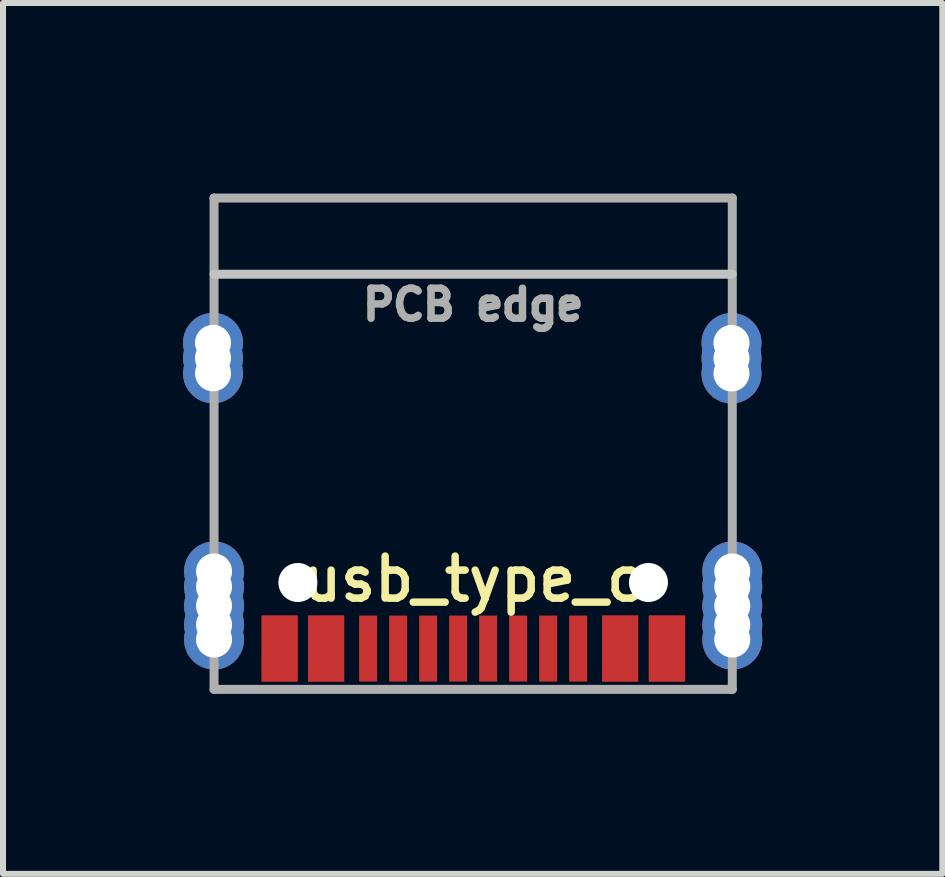
<source format=kicad_pcb>
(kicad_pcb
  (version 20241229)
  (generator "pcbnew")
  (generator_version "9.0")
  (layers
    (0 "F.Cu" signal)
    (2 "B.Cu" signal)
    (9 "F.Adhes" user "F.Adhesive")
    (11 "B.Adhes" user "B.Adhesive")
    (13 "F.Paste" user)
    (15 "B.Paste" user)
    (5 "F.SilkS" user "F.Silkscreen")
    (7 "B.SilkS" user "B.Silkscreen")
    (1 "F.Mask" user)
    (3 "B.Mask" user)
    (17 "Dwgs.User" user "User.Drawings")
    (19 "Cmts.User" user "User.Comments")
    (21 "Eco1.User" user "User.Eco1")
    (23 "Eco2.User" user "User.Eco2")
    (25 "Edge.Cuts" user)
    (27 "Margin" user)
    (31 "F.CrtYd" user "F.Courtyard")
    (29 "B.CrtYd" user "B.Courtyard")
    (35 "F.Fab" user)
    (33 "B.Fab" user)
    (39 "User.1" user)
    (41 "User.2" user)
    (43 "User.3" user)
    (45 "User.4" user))
  (footprint "usb_type_c"
    (layer "F.Cu")
    (at 4.835 0.25)
    (property "Reference" "usb_type_c" (at 0 6.35 180) (layer "F.SilkS") (effects (font (size 0.7 0.7) (thickness 0.125))))
    (attr through_hole)
    (fp_line (start 4.318 1.27) (end -4.318 1.27) (stroke (width 0.15) (type solid)) (layer "Dwgs.User"))
    (fp_line (start -4.318 0) (end -4.318 8.188) (stroke (width 0.15) (type solid)) (layer "F.Fab"))
    (fp_line (start 4.318 0) (end -4.318 0) (stroke (width 0.15) (type solid)) (layer "F.Fab"))
    (fp_line (start 4.318 0) (end 4.318 8.188) (stroke (width 0.15) (type solid)) (layer "F.Fab"))
    (fp_line (start 4.318 8.188) (end -4.318 8.188) (stroke (width 0.15) (type solid)) (layer "F.Fab"))
    (fp_text user "PCB edge" (at 0 1.778 180) (layer "F.Fab") (effects (font (size 0.5 0.5) (thickness 0.125))))
    (pad "" thru_hole circle (at -4.335 2.413 180) (size 1 1) (drill 0.6) (layers "*.Cu" "*.Mask"))
    (pad "" thru_hole circle (at -4.335 2.667 180) (size 1 1) (drill 0.6) (layers "*.Cu" "*.Mask"))
    (pad "" thru_hole circle (at -4.335 2.921 180) (size 1 1) (drill 0.6) (layers "*.Cu" "*.Mask"))
    (pad "" thru_hole circle (at -4.318 6.223 180) (size 1 1) (drill 0.6) (layers "*.Cu" "*.Mask"))
    (pad "" thru_hole circle (at -4.318 6.477 180) (size 1 1) (drill 0.6) (layers "*.Cu" "*.Mask"))
    (pad "" thru_hole circle (at -4.318 6.795 180) (size 1 1) (drill 0.6) (layers "*.Cu" "*.Mask"))
    (pad "" thru_hole circle (at -4.318 7.112 180) (size 1 1) (drill 0.6) (layers "*.Cu" "*.Mask"))
    (pad "" thru_hole circle (at -4.318 7.358 180) (size 1 1) (drill 0.6) (layers "*.Cu" "*.Mask"))
    (pad "" np_thru_hole circle (at -2.921 6.407 180) (size 0.65 0.65) (drill 0.65) (layers "*.Cu" "*.Mask"))
    (pad "" np_thru_hole circle (at 2.921 6.407 180) (size 0.65 0.65) (drill 0.65) (layers "*.Cu" "*.Mask"))
    (pad "" thru_hole circle (at 4.305 2.416 180) (size 1 1) (drill 0.6) (layers "*.Cu" "*.Mask"))
    (pad "" thru_hole circle (at 4.305 2.67 180) (size 1 1) (drill 0.6) (layers "*.Cu" "*.Mask"))
    (pad "" thru_hole circle (at 4.305 2.924 180) (size 1 1) (drill 0.6) (layers "*.Cu" "*.Mask"))
    (pad "" thru_hole circle (at 4.318 6.477 180) (size 1 1) (drill 0.6) (layers "*.Cu" "*.Mask"))
    (pad "" thru_hole circle (at 4.318 6.795 180) (size 1 1) (drill 0.6) (layers "*.Cu" "*.Mask"))
    (pad "" thru_hole circle (at 4.318 7.112 180) (size 1 1) (drill 0.6) (layers "*.Cu" "*.Mask"))
    (pad "" thru_hole circle (at 4.318 7.358 180) (size 1 1) (drill 0.6) (layers "*.Cu" "*.Mask"))
    (pad "A1" smd rect (at -3.225 7.508) (size 0.6 1.1) (layers "F.Cu" "F.Mask" "F.Paste"))
    (pad "A4" smd rect (at -2.45 7.508) (size 0.6 1.1) (layers "F.Cu" "F.Mask" "F.Paste"))
    (pad "A5" smd rect (at -1.75 7.508) (size 0.3 1.1) (layers "F.Cu" "F.Mask" "F.Paste"))
    (pad "A6" smd rect (at -0.75 7.508) (size 0.3 1.1) (layers "F.Cu" "F.Mask" "F.Paste"))
    (pad "A7" smd rect (at 0.75 7.508) (size 0.3 1.1) (layers "F.Cu" "F.Mask" "F.Paste"))
    (pad "A8" smd rect (at 1.75 7.508) (size 0.3 1.1) (layers "F.Cu" "F.Mask" "F.Paste"))
    (pad "A9" smd rect (at 2.45 7.508) (size 0.6 1.1) (layers "F.Cu" "F.Mask" "F.Paste"))
    (pad "A12" smd rect (at 3.225 7.508) (size 0.6 1.1) (layers "F.Cu" "F.Mask" "F.Paste"))
    (pad "B1" smd rect (at 3.234 7.508) (size 0.6 1.1) (layers "F.Cu" "F.Mask" "F.Paste"))
    (pad "B4" smd rect (at 2.45 7.508) (size 0.6 1.1) (layers "F.Cu" "F.Mask" "F.Paste"))
    (pad "B5" smd rect (at 1.25 7.508) (size 0.3 1.1) (layers "F.Cu" "F.Mask" "F.Paste"))
    (pad "B6" smd rect (at 0.25 7.508) (size 0.3 1.1) (layers "F.Cu" "F.Mask" "F.Paste"))
    (pad "B7" smd rect (at -0.25 7.508) (size 0.3 1.1) (layers "F.Cu" "F.Mask" "F.Paste"))
    (pad "B8" smd rect (at -1.25 7.508) (size 0.3 1.1) (layers "F.Cu" "F.Mask" "F.Paste"))
    (pad "B9" smd rect (at -2.45 7.508) (size 0.6 1.1) (layers "F.Cu" "F.Mask" "F.Paste"))
    (pad "B12" smd rect (at -3.225 7.508) (size 0.6 1.1) (layers "F.Cu" "F.Mask" "F.Paste"))
    (pad "S1" thru_hole circle (at 4.318 6.223 180) (size 1 1) (drill 0.6) (layers "*.Cu" "*.Mask")))
  (gr_rect
    (start -3 -3)
    (end 12.653 11.513)
    (stroke (width 0.1) (type default))
    (fill no)
    (layer "Edge.Cuts")))
</source>
